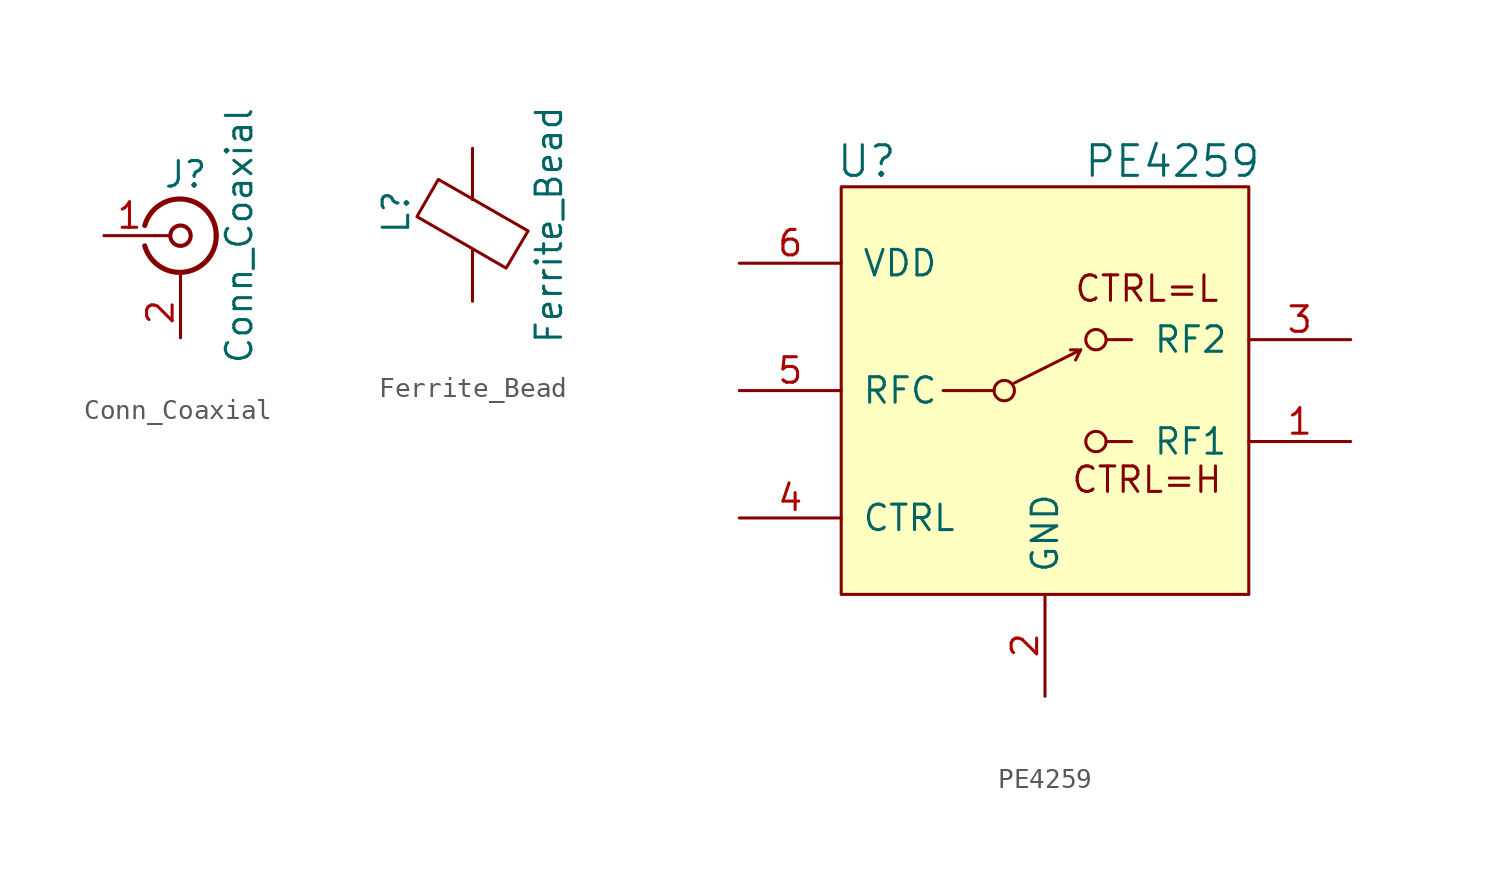
<source format=kicad_sym>
(kicad_symbol_lib
  (version 20211014)
  (generator kicad_symbol_editor)
  (symbol "Conn_Coaxial"
    (pin_names
      (offset 1.016) hide)
    (property "Reference" "J"
      (at 0.254 3.048 0)
      (effects (font (size 1.27 1.27))))
    (property "Value" "Conn_Coaxial"
      (at 2.921 0 90)
      (effects (font (size 1.27 1.27))))
    (symbol "Conn_Coaxial_0_1"
      (arc (start -1.778 -0.508) (mid 0.2311 -1.8066) (end 1.778 0) (stroke (width 0.254) (type default) (color 0 0 0 0)) (fill (type none)))
      (polyline (pts (xy -1.27 0) (xy -0.508 0)) (stroke (width 0) (type default) (color 0 0 0 0)) (fill (type none)))
      (polyline (pts (xy 0 -2.54) (xy 0 -1.778)) (stroke (width 0) (type default) (color 0 0 0 0)) (fill (type none)))
      (circle (center 0 0) (radius 0.508) (stroke (width 0.203) (type default) (color 0 0 0 0)) (fill (type none)))
      (arc (start 1.778 0) (mid 0.2099 1.8101) (end -1.778 0.508) (stroke (width 0.254) (type default) (color 0 0 0 0)) (fill (type none))))
    (symbol "Conn_Coaxial_1_1"
      (pin passive line (at -3.81 0 0) (length 2.54) (name "In" (effects (font (size 1.27 1.27)))) (number "1" (effects (font (size 1.27 1.27)))))
      (pin passive line (at 0 -5.08 90) (length 2.54) (name "Ext" (effects (font (size 1.27 1.27)))) (number "2" (effects (font (size 1.27 1.27)))))))
  (symbol "Ferrite_Bead"
    (pin_numbers hide)
    (pin_names
      (offset 0))
    (property "Reference" "L"
      (at -3.81 0.635 90)
      (effects (font (size 1.27 1.27))))
    (property "Value" "Ferrite_Bead"
      (at 3.81 0 90)
      (effects (font (size 1.27 1.27))))
    (symbol "Ferrite_Bead_0_1"
      (polyline (pts (xy 0 -1.27) (xy 0 -1.219)) (stroke (width 0) (type default) (color 0 0 0 0)) (fill (type none)))
      (polyline (pts (xy 0 1.27) (xy 0 1.295)) (stroke (width 0) (type default) (color 0 0 0 0)) (fill (type none)))
      (polyline (pts (xy -2.769 0.406) (xy -1.702 2.261) (xy 2.769 -0.305) (xy 1.676 -2.159) (xy -2.769 0.406)) (stroke (width 0) (type default) (color 0 0 0 0)) (fill (type none))))
    (symbol "Ferrite_Bead_1_1"
      (pin passive line (at 0 3.81 270) (length 2.54) (name "~" (effects (font (size 1.27 1.27)))) (number "1" (effects (font (size 1.27 1.27)))))
      (pin passive line (at 0 -3.81 90) (length 2.54) (name "~" (effects (font (size 1.27 1.27)))) (number "2" (effects (font (size 1.27 1.27)))))))
  (symbol "PE4259"
    (pin_names
      (offset 1.016))
    (property "Reference" "U"
      (at -8.89 11.43 0)
      (effects (font (size 1.524 1.524))))
    (property "Value" "PE4259"
      (at 6.35 11.43 0)
      (effects (font (size 1.524 1.524))))
    (symbol "PE4259_0_0"
      (text "CTRL=H" (at 5.08 -4.445 0) (effects (font (size 1.27 1.27))))
      (text "CTRL=L" (at 5.08 5.08 0) (effects (font (size 1.27 1.27)))))
    (symbol "PE4259_0_1"
      (rectangle (start -10.16 10.16) (end 10.16 -10.16) (stroke (width 0) (type default) (color 0 0 0 0)) (fill (type background)))
      (circle (center -2.032 0) (radius 0.508) (stroke (width 0) (type default) (color 0 0 0 0)) (fill (type none)))
      (polyline (pts (xy -3.81 0) (xy -5.08 0)) (stroke (width 0) (type default) (color 0 0 0 0)) (fill (type none)))
      (polyline (pts (xy -3.81 0) (xy -2.54 0)) (stroke (width 0) (type default) (color 0 0 0 0)) (fill (type none)))
      (polyline (pts (xy -1.524 0.381) (xy 1.778 2.032)) (stroke (width 0) (type default) (color 0 0 0 0)) (fill (type none)))
      (polyline (pts (xy 1.651 2.032) (xy 1.27 2.032)) (stroke (width 0) (type default) (color 0 0 0 0)) (fill (type none)))
      (polyline (pts (xy 1.778 2.032) (xy 1.524 1.524)) (stroke (width 0) (type default) (color 0 0 0 0)) (fill (type none)))
      (polyline (pts (xy 3.048 -2.54) (xy 4.318 -2.54)) (stroke (width 0) (type default) (color 0 0 0 0)) (fill (type none)))
      (polyline (pts (xy 3.048 2.54) (xy 4.318 2.54)) (stroke (width 0) (type default) (color 0 0 0 0)) (fill (type none)))
      (circle (center 2.54 -2.54) (radius 0.508) (stroke (width 0) (type default) (color 0 0 0 0)) (fill (type none)))
      (circle (center 2.54 2.54) (radius 0.508) (stroke (width 0) (type default) (color 0 0 0 0)) (fill (type none))))
    (symbol "PE4259_1_1"
      (pin passive line (at 15.24 -2.54 180) (length 5.08) (name "RF1" (effects (font (size 1.27 1.27)))) (number "1" (effects (font (size 1.27 1.27)))))
      (pin passive line (at 0 -15.24 90) (length 5.08) (name "GND" (effects (font (size 1.27 1.27)))) (number "2" (effects (font (size 1.27 1.27)))))
      (pin passive line (at 15.24 2.54 180) (length 5.08) (name "RF2" (effects (font (size 1.27 1.27)))) (number "3" (effects (font (size 1.27 1.27)))))
      (pin passive line (at -15.24 -6.35 0) (length 5.08) (name "CTRL" (effects (font (size 1.27 1.27)))) (number "4" (effects (font (size 1.27 1.27)))))
      (pin passive line (at -15.24 0 0) (length 5.08) (name "RFC" (effects (font (size 1.27 1.27)))) (number "5" (effects (font (size 1.27 1.27)))))
      (pin passive line (at -15.24 6.35 0) (length 5.08) (name "VDD" (effects (font (size 1.27 1.27)))) (number "6" (effects (font (size 1.27 1.27))))))))
</source>
